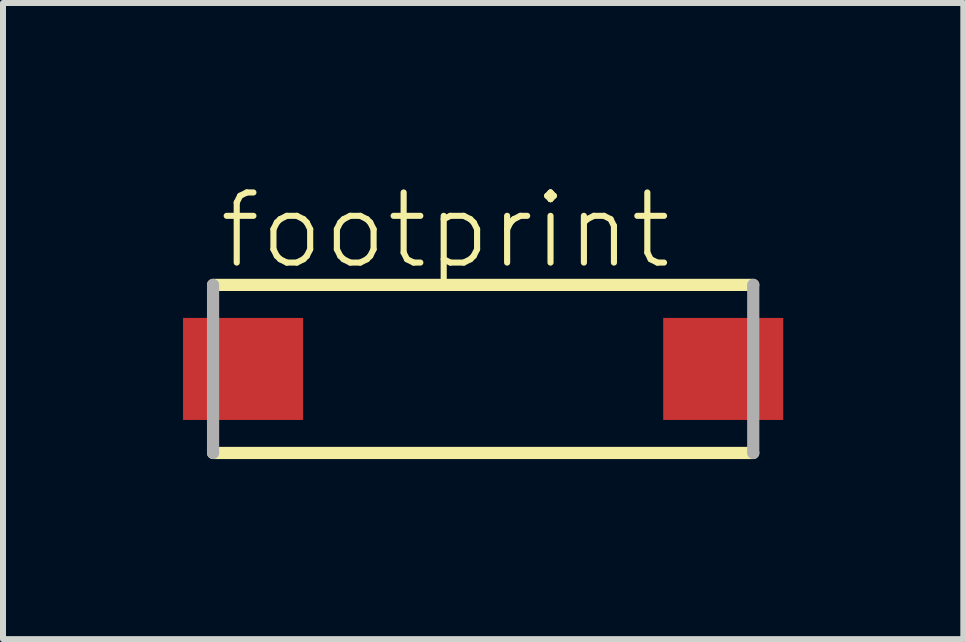
<source format=kicad_pcb>
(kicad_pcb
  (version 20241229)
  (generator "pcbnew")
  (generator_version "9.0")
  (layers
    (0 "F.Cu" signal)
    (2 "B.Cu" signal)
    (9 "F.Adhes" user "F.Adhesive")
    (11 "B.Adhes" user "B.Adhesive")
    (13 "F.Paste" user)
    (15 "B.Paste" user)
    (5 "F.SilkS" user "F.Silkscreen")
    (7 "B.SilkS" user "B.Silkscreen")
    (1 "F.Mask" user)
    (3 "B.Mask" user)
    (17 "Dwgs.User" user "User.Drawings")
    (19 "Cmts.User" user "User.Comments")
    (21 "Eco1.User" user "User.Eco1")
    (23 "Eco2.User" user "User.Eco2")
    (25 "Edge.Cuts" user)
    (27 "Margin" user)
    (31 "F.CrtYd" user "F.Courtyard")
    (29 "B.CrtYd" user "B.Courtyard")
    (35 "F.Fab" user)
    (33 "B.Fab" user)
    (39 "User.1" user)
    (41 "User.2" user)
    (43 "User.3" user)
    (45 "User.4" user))
  (footprint "footprint"
    (layer "F.Cu")
    (at 5 3.097)
    (property "Reference" "footprint" (at -4.451 -1.624 0) (layer "F.SilkS") (effects (font (size 1.168 1.168) (thickness 0.102)) (justify left bottom)))
    (fp_line (start -4.5 1.4) (end 4.5 1.4) (stroke (width 0.203) (type solid)) (layer "F.SilkS"))
    (fp_line (start 4.5 -1.4) (end -4.5 -1.4) (stroke (width 0.203) (type solid)) (layer "F.SilkS"))
    (fp_line (start -4.5 -1.4) (end -4.5 1.4) (stroke (width 0.203) (type solid)) (layer "F.Fab"))
    (fp_line (start 4.5 1.4) (end 4.5 -1.4) (stroke (width 0.203) (type solid)) (layer "F.Fab"))
    (pad "1" smd rect (at -4 0) (size 2 1.7) (layers "F.Cu" "F.Mask" "F.Paste"))
    (pad "2" smd rect (at 4 0) (size 2 1.7) (layers "F.Cu" "F.Mask" "F.Paste")))
  (gr_rect
    (start -3 -3)
    (end 13 7.599)
    (stroke (width 0.1) (type default))
    (fill no)
    (layer "Edge.Cuts")))
</source>
